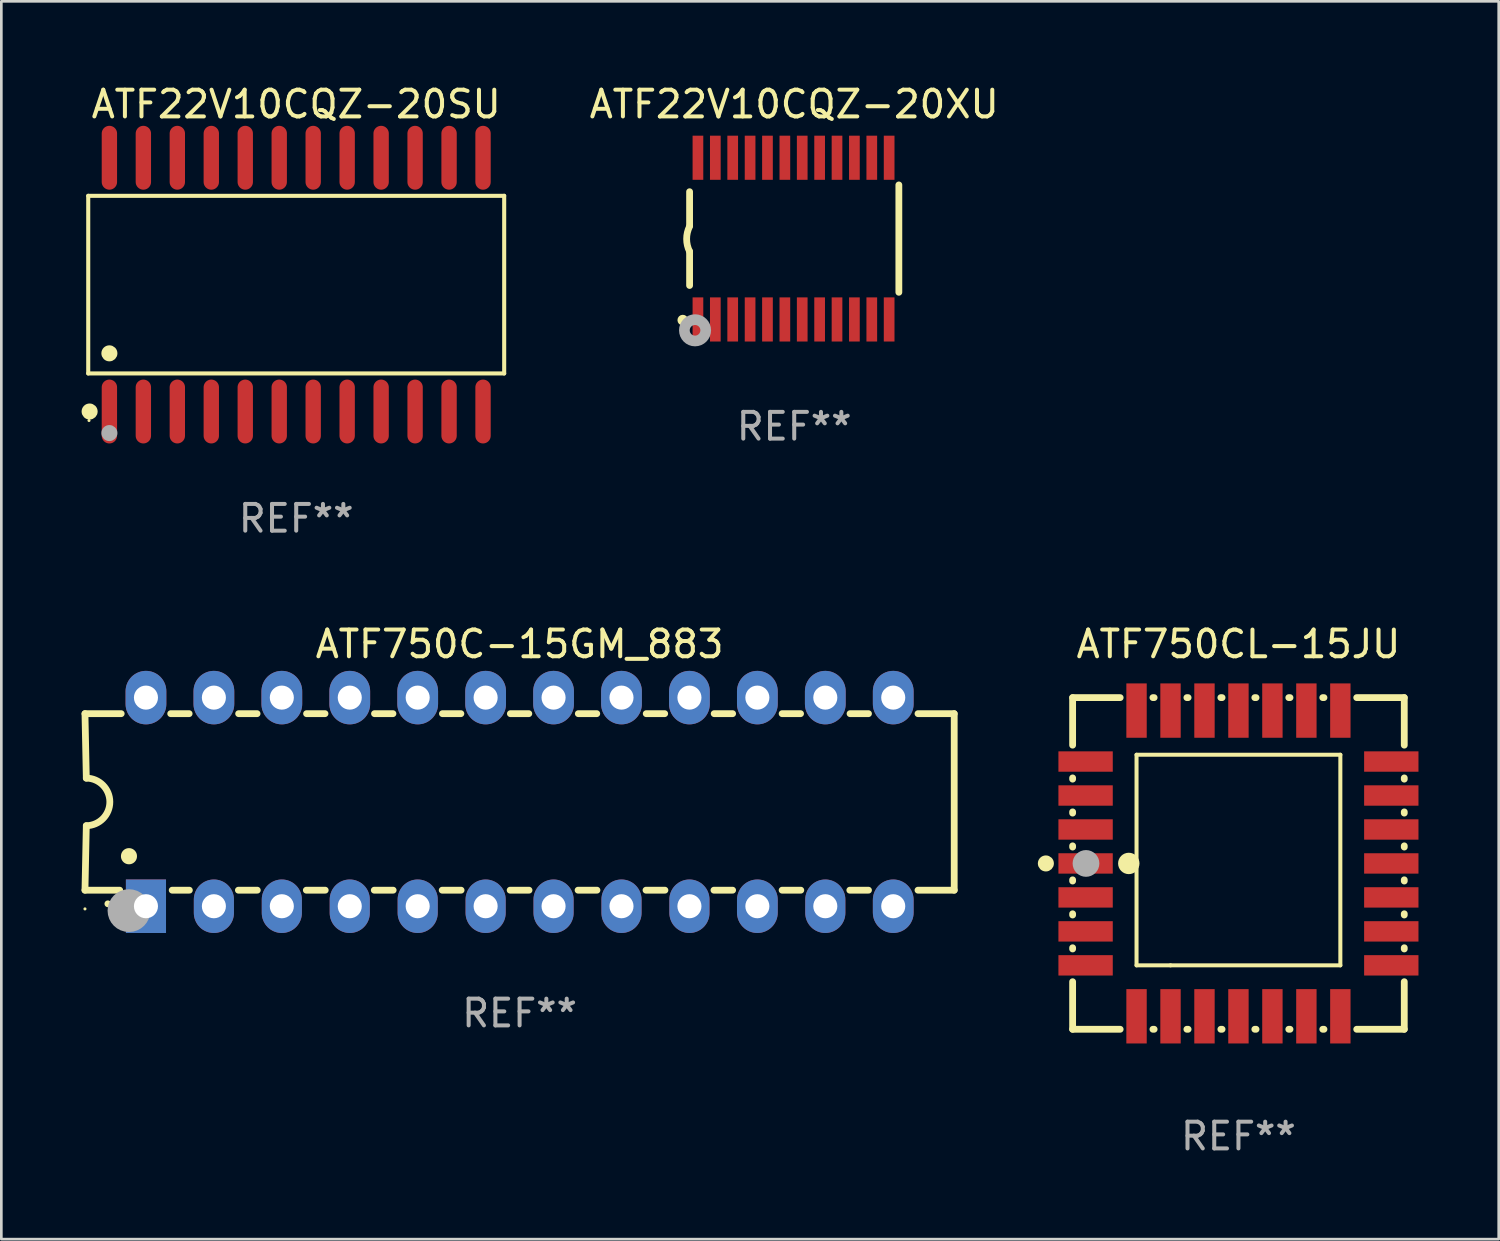
<source format=kicad_pcb>
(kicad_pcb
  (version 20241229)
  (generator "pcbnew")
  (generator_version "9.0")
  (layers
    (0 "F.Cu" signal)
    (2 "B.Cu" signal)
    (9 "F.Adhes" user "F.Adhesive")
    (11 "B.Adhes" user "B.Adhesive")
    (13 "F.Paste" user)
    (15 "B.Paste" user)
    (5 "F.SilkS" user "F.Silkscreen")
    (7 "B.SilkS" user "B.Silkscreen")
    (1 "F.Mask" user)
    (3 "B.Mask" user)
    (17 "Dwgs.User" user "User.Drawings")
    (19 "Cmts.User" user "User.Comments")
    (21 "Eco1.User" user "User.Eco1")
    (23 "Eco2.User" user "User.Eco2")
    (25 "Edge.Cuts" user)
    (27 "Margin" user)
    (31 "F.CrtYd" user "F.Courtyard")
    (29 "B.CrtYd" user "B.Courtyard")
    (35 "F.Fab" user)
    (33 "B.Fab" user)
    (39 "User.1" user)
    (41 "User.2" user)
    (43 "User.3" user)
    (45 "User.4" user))
  (footprint "ATF22V10CQZ-20SU"
    (layer "F.Cu")
    (at 8.025 7.592)
    (property "Reference" "ATF22V10CQZ-20SU" (at 0 -6.744 0) (layer "F.SilkS") (effects (font (size 1 1) (thickness 0.15))))
    (attr through_hole)
    (fp_line (start -7.776 -3.321) (end 7.776 -3.321) (stroke (width 0.152) (type solid)) (layer "F.SilkS"))
    (fp_line (start -7.776 3.321) (end -7.776 -3.321) (stroke (width 0.152) (type solid)) (layer "F.SilkS"))
    (fp_line (start 7.776 -3.321) (end 7.776 3.321) (stroke (width 0.152) (type solid)) (layer "F.SilkS"))
    (fp_line (start 7.776 3.321) (end -7.776 3.321) (stroke (width 0.152) (type solid)) (layer "F.SilkS"))
    (fp_circle (center -7.747 5.08) (end -7.717 5.08) (stroke (width 0.06) (type solid)) (fill no) (layer "F.SilkS"))
    (fp_circle (center -7.724 4.744) (end -7.574 4.744) (stroke (width 0.3) (type solid)) (fill no) (layer "F.SilkS"))
    (fp_circle (center -6.985 2.569) (end -6.835 2.569) (stroke (width 0.3) (type solid)) (fill no) (layer "F.SilkS"))
    (fp_circle (center -6.985 5.55) (end -6.835 5.55) (stroke (width 0.3) (type solid)) (fill no) (layer "F.Fab"))
    (fp_text user "REF**" (at 0 8.744 0) (layer "F.Fab") (effects (font (size 1 1) (thickness 0.15))))
    (pad "1" smd oval (at -6.985 4.744) (size 0.574 2.388) (layers "F.Cu" "F.Mask" "F.Paste"))
    (pad "2" smd oval (at -5.715 4.744) (size 0.574 2.388) (layers "F.Cu" "F.Mask" "F.Paste"))
    (pad "3" smd oval (at -4.445 4.744) (size 0.574 2.388) (layers "F.Cu" "F.Mask" "F.Paste"))
    (pad "4" smd oval (at -3.175 4.744) (size 0.574 2.388) (layers "F.Cu" "F.Mask" "F.Paste"))
    (pad "5" smd oval (at -1.905 4.744) (size 0.574 2.388) (layers "F.Cu" "F.Mask" "F.Paste"))
    (pad "6" smd oval (at -0.635 4.744) (size 0.574 2.388) (layers "F.Cu" "F.Mask" "F.Paste"))
    (pad "7" smd oval (at 0.635 4.744) (size 0.574 2.388) (layers "F.Cu" "F.Mask" "F.Paste"))
    (pad "8" smd oval (at 1.905 4.744) (size 0.574 2.388) (layers "F.Cu" "F.Mask" "F.Paste"))
    (pad "9" smd oval (at 3.175 4.744) (size 0.574 2.388) (layers "F.Cu" "F.Mask" "F.Paste"))
    (pad "10" smd oval (at 4.445 4.744) (size 0.574 2.388) (layers "F.Cu" "F.Mask" "F.Paste"))
    (pad "11" smd oval (at 5.715 4.744) (size 0.574 2.388) (layers "F.Cu" "F.Mask" "F.Paste"))
    (pad "12" smd oval (at 6.985 4.744) (size 0.574 2.388) (layers "F.Cu" "F.Mask" "F.Paste"))
    (pad "13" smd oval (at 6.985 -4.744) (size 0.574 2.388) (layers "F.Cu" "F.Mask" "F.Paste"))
    (pad "14" smd oval (at 5.715 -4.744) (size 0.574 2.388) (layers "F.Cu" "F.Mask" "F.Paste"))
    (pad "15" smd oval (at 4.445 -4.744) (size 0.574 2.388) (layers "F.Cu" "F.Mask" "F.Paste"))
    (pad "16" smd oval (at 3.175 -4.744) (size 0.574 2.388) (layers "F.Cu" "F.Mask" "F.Paste"))
    (pad "17" smd oval (at 1.905 -4.744) (size 0.574 2.388) (layers "F.Cu" "F.Mask" "F.Paste"))
    (pad "18" smd oval (at 0.635 -4.744) (size 0.574 2.388) (layers "F.Cu" "F.Mask" "F.Paste"))
    (pad "19" smd oval (at -0.635 -4.744) (size 0.574 2.388) (layers "F.Cu" "F.Mask" "F.Paste"))
    (pad "20" smd oval (at -1.905 -4.744) (size 0.574 2.388) (layers "F.Cu" "F.Mask" "F.Paste"))
    (pad "21" smd oval (at -3.175 -4.744) (size 0.574 2.388) (layers "F.Cu" "F.Mask" "F.Paste"))
    (pad "22" smd oval (at -4.445 -4.744) (size 0.574 2.388) (layers "F.Cu" "F.Mask" "F.Paste"))
    (pad "23" smd oval (at -5.715 -4.744) (size 0.574 2.388) (layers "F.Cu" "F.Mask" "F.Paste"))
    (pad "24" smd oval (at -6.985 -4.744) (size 0.574 2.388) (layers "F.Cu" "F.Mask" "F.Paste")))
  (footprint "ATF22V10CQZ-20XU"
    (layer "F.Cu")
    (at 26.645 5.871)
    (property "Reference" "ATF22V10CQZ-20XU" (at 0 -5.023 0) (layer "F.SilkS") (effects (font (size 1 1) (thickness 0.15))))
    (attr through_hole)
    (fp_line (start -3.912 -0.483) (end -3.912 -1.753) (stroke (width 0.254) (type solid)) (layer "F.SilkS"))
    (fp_line (start -3.912 1.753) (end -3.912 0.483) (stroke (width 0.254) (type solid)) (layer "F.SilkS"))
    (fp_line (start 3.912 -2.007) (end 3.912 2.007) (stroke (width 0.254) (type solid)) (layer "F.SilkS"))
    (fp_arc (start -3.911608 0.482601) (mid -4.022537 0.0127) (end -3.911608 -0.457201) (stroke (width 0.254001) (type solid)) (layer "F.SilkS"))
    (fp_circle (center -4.166 3.048) (end -4.066 3.048) (stroke (width 0.2) (type solid)) (fill no) (layer "F.SilkS"))
    (fp_circle (center -3.925 3.186) (end -3.895 3.186) (stroke (width 0.06) (type solid)) (fill no) (layer "F.SilkS"))
    (fp_circle (center -3.708 3.429) (end -3.509 3.429) (stroke (width 0.4) (type solid)) (fill no) (layer "F.Fab"))
    (fp_text user "REF**" (at 0 7.023 0) (layer "F.Fab") (effects (font (size 1 1) (thickness 0.15))))
    (pad "1" smd rect (at -3.6 3.023) (size 0.4 1.65) (layers "F.Cu" "F.Mask" "F.Paste"))
    (pad "2" smd rect (at -2.95 3.023) (size 0.4 1.65) (layers "F.Cu" "F.Mask" "F.Paste"))
    (pad "3" smd rect (at -2.3 3.023) (size 0.4 1.65) (layers "F.Cu" "F.Mask" "F.Paste"))
    (pad "4" smd rect (at -1.65 3.023) (size 0.4 1.65) (layers "F.Cu" "F.Mask" "F.Paste"))
    (pad "5" smd rect (at -1 3.023) (size 0.4 1.65) (layers "F.Cu" "F.Mask" "F.Paste"))
    (pad "6" smd rect (at -0.35 3.023) (size 0.4 1.65) (layers "F.Cu" "F.Mask" "F.Paste"))
    (pad "7" smd rect (at 0.299 3.023) (size 0.4 1.65) (layers "F.Cu" "F.Mask" "F.Paste"))
    (pad "8" smd rect (at 0.95 3.023) (size 0.4 1.65) (layers "F.Cu" "F.Mask" "F.Paste"))
    (pad "9" smd rect (at 1.6 3.023) (size 0.4 1.65) (layers "F.Cu" "F.Mask" "F.Paste"))
    (pad "10" smd rect (at 2.25 3.023) (size 0.4 1.65) (layers "F.Cu" "F.Mask" "F.Paste"))
    (pad "11" smd rect (at 2.9 3.023) (size 0.4 1.65) (layers "F.Cu" "F.Mask" "F.Paste"))
    (pad "12" smd rect (at 3.549 3.023) (size 0.4 1.65) (layers "F.Cu" "F.Mask" "F.Paste"))
    (pad "13" smd rect (at 3.549 -3.023) (size 0.4 1.65) (layers "F.Cu" "F.Mask" "F.Paste"))
    (pad "14" smd rect (at 2.9 -3.023) (size 0.4 1.65) (layers "F.Cu" "F.Mask" "F.Paste"))
    (pad "15" smd rect (at 2.25 -3.023) (size 0.4 1.65) (layers "F.Cu" "F.Mask" "F.Paste"))
    (pad "16" smd rect (at 1.6 -3.023) (size 0.4 1.65) (layers "F.Cu" "F.Mask" "F.Paste"))
    (pad "17" smd rect (at 0.95 -3.023) (size 0.4 1.65) (layers "F.Cu" "F.Mask" "F.Paste"))
    (pad "18" smd rect (at 0.299 -3.023) (size 0.4 1.65) (layers "F.Cu" "F.Mask" "F.Paste"))
    (pad "19" smd rect (at -0.35 -3.023) (size 0.4 1.65) (layers "F.Cu" "F.Mask" "F.Paste"))
    (pad "20" smd rect (at -1 -3.023) (size 0.4 1.65) (layers "F.Cu" "F.Mask" "F.Paste"))
    (pad "21" smd rect (at -1.65 -3.023) (size 0.4 1.65) (layers "F.Cu" "F.Mask" "F.Paste"))
    (pad "22" smd rect (at -2.3 -3.023) (size 0.4 1.65) (layers "F.Cu" "F.Mask" "F.Paste"))
    (pad "23" smd rect (at -2.95 -3.023) (size 0.4 1.65) (layers "F.Cu" "F.Mask" "F.Paste"))
    (pad "24" smd rect (at -3.6 -3.023) (size 0.4 1.65) (layers "F.Cu" "F.Mask" "F.Paste")))
  (footprint "ATF750CL-15JU"
    (layer "F.Cu")
    (at 43.254 29.233)
    (property "Reference" "ATF750CL-15JU" (at 0 -8.2 0) (layer "F.SilkS") (effects (font (size 1 1) (thickness 0.15))))
    (attr through_hole)
    (fp_line (start -6.2 -6.2) (end -4.422 -6.2) (stroke (width 0.254) (type solid)) (layer "F.SilkS"))
    (fp_line (start -6.2 -4.422) (end -6.2 -6.2) (stroke (width 0.254) (type solid)) (layer "F.SilkS"))
    (fp_line (start -6.2 -3.152) (end -6.2 -3.198) (stroke (width 0.254) (type solid)) (layer "F.SilkS"))
    (fp_line (start -6.2 -1.882) (end -6.2 -1.928) (stroke (width 0.254) (type solid)) (layer "F.SilkS"))
    (fp_line (start -6.2 -0.612) (end -6.2 -0.658) (stroke (width 0.254) (type solid)) (layer "F.SilkS"))
    (fp_line (start -6.2 0.658) (end -6.2 0.612) (stroke (width 0.254) (type solid)) (layer "F.SilkS"))
    (fp_line (start -6.2 1.928) (end -6.2 1.882) (stroke (width 0.254) (type solid)) (layer "F.SilkS"))
    (fp_line (start -6.2 3.198) (end -6.2 3.152) (stroke (width 0.254) (type solid)) (layer "F.SilkS"))
    (fp_line (start -6.2 6.2) (end -6.2 4.422) (stroke (width 0.254) (type solid)) (layer "F.SilkS"))
    (fp_line (start -4.422 6.2) (end -6.2 6.2) (stroke (width 0.254) (type solid)) (layer "F.SilkS"))
    (fp_line (start -3.81 -4.064) (end 3.81 -4.064) (stroke (width 0.15) (type solid)) (layer "F.SilkS"))
    (fp_line (start -3.81 3.81) (end -3.81 -4.064) (stroke (width 0.15) (type solid)) (layer "F.SilkS"))
    (fp_line (start -3.198 -6.2) (end -3.152 -6.2) (stroke (width 0.254) (type solid)) (layer "F.SilkS"))
    (fp_line (start -3.152 6.2) (end -3.198 6.2) (stroke (width 0.254) (type solid)) (layer "F.SilkS"))
    (fp_line (start -2.54 3.81) (end -3.81 3.81) (stroke (width 0.15) (type solid)) (layer "F.SilkS"))
    (fp_line (start -1.928 -6.2) (end -1.882 -6.2) (stroke (width 0.254) (type solid)) (layer "F.SilkS"))
    (fp_line (start -1.882 6.2) (end -1.928 6.2) (stroke (width 0.254) (type solid)) (layer "F.SilkS"))
    (fp_line (start -0.658 -6.2) (end -0.612 -6.2) (stroke (width 0.254) (type solid)) (layer "F.SilkS"))
    (fp_line (start -0.612 6.2) (end -0.658 6.2) (stroke (width 0.254) (type solid)) (layer "F.SilkS"))
    (fp_line (start 0.612 -6.2) (end 0.658 -6.2) (stroke (width 0.254) (type solid)) (layer "F.SilkS"))
    (fp_line (start 0.658 6.2) (end 0.612 6.2) (stroke (width 0.254) (type solid)) (layer "F.SilkS"))
    (fp_line (start 1.882 -6.2) (end 1.928 -6.2) (stroke (width 0.254) (type solid)) (layer "F.SilkS"))
    (fp_line (start 1.928 6.2) (end 1.882 6.2) (stroke (width 0.254) (type solid)) (layer "F.SilkS"))
    (fp_line (start 3.152 -6.2) (end 3.198 -6.2) (stroke (width 0.254) (type solid)) (layer "F.SilkS"))
    (fp_line (start 3.198 6.2) (end 3.152 6.2) (stroke (width 0.254) (type solid)) (layer "F.SilkS"))
    (fp_line (start 3.81 -4.064) (end 3.81 3.81) (stroke (width 0.15) (type solid)) (layer "F.SilkS"))
    (fp_line (start 3.81 3.81) (end -2.54 3.81) (stroke (width 0.15) (type solid)) (layer "F.SilkS"))
    (fp_line (start 4.422 -6.2) (end 6.2 -6.2) (stroke (width 0.254) (type solid)) (layer "F.SilkS"))
    (fp_line (start 6.2 -6.2) (end 6.2 -4.422) (stroke (width 0.254) (type solid)) (layer "F.SilkS"))
    (fp_line (start 6.2 -3.198) (end 6.2 -3.152) (stroke (width 0.254) (type solid)) (layer "F.SilkS"))
    (fp_line (start 6.2 -1.928) (end 6.2 -1.882) (stroke (width 0.254) (type solid)) (layer "F.SilkS"))
    (fp_line (start 6.2 -0.658) (end 6.2 -0.612) (stroke (width 0.254) (type solid)) (layer "F.SilkS"))
    (fp_line (start 6.2 0.612) (end 6.2 0.658) (stroke (width 0.254) (type solid)) (layer "F.SilkS"))
    (fp_line (start 6.2 1.882) (end 6.2 1.928) (stroke (width 0.254) (type solid)) (layer "F.SilkS"))
    (fp_line (start 6.2 3.152) (end 6.2 3.198) (stroke (width 0.254) (type solid)) (layer "F.SilkS"))
    (fp_line (start 6.2 4.422) (end 6.2 6.2) (stroke (width 0.254) (type solid)) (layer "F.SilkS"))
    (fp_line (start 6.2 6.2) (end 4.422 6.2) (stroke (width 0.254) (type solid)) (layer "F.SilkS"))
    (fp_circle (center -7.2 0) (end -7.05 0) (stroke (width 0.3) (type solid)) (fill no) (layer "F.SilkS"))
    (fp_circle (center -6.223 6.223) (end -6.193 6.223) (stroke (width 0.06) (type solid)) (fill no) (layer "F.SilkS"))
    (fp_circle (center -4.1 0) (end -3.9 0) (stroke (width 0.4) (type solid)) (fill no) (layer "F.SilkS"))
    (fp_circle (center -5.7 0) (end -5.45 0) (stroke (width 0.5) (type solid)) (fill no) (layer "F.Fab"))
    (fp_text user "REF**" (at 0 10.2 0) (layer "F.Fab") (effects (font (size 1 1) (thickness 0.15))))
    (pad "1" smd rect (at -5.715 0) (size 2.032 0.762) (layers "F.Cu" "F.Mask" "F.Paste"))
    (pad "2" smd rect (at -5.715 1.27) (size 2.032 0.762) (layers "F.Cu" "F.Mask" "F.Paste"))
    (pad "3" smd rect (at -5.715 2.54) (size 2.032 0.762) (layers "F.Cu" "F.Mask" "F.Paste"))
    (pad "4" smd rect (at -5.715 3.81) (size 2.032 0.762) (layers "F.Cu" "F.Mask" "F.Paste"))
    (pad "5" smd rect (at -3.81 5.715) (size 0.762 2.032) (layers "F.Cu" "F.Mask" "F.Paste"))
    (pad "6" smd rect (at -2.54 5.715) (size 0.762 2.032) (layers "F.Cu" "F.Mask" "F.Paste"))
    (pad "7" smd rect (at -1.27 5.715) (size 0.762 2.032) (layers "F.Cu" "F.Mask" "F.Paste"))
    (pad "8" smd rect (at 0 5.715) (size 0.762 2.032) (layers "F.Cu" "F.Mask" "F.Paste"))
    (pad "9" smd rect (at 1.27 5.715) (size 0.762 2.032) (layers "F.Cu" "F.Mask" "F.Paste"))
    (pad "10" smd rect (at 2.54 5.715) (size 0.762 2.032) (layers "F.Cu" "F.Mask" "F.Paste"))
    (pad "11" smd rect (at 3.81 5.715) (size 0.762 2.032) (layers "F.Cu" "F.Mask" "F.Paste"))
    (pad "12" smd rect (at 5.715 3.81) (size 2.032 0.762) (layers "F.Cu" "F.Mask" "F.Paste"))
    (pad "13" smd rect (at 5.715 2.54) (size 2.032 0.762) (layers "F.Cu" "F.Mask" "F.Paste"))
    (pad "14" smd rect (at 5.715 1.27) (size 2.032 0.762) (layers "F.Cu" "F.Mask" "F.Paste"))
    (pad "15" smd rect (at 5.715 0) (size 2.032 0.762) (layers "F.Cu" "F.Mask" "F.Paste"))
    (pad "16" smd rect (at 5.715 -1.27) (size 2.032 0.762) (layers "F.Cu" "F.Mask" "F.Paste"))
    (pad "17" smd rect (at 5.715 -2.54) (size 2.032 0.762) (layers "F.Cu" "F.Mask" "F.Paste"))
    (pad "18" smd rect (at 5.715 -3.81) (size 2.032 0.762) (layers "F.Cu" "F.Mask" "F.Paste"))
    (pad "19" smd rect (at 3.81 -5.715) (size 0.762 2.032) (layers "F.Cu" "F.Mask" "F.Paste"))
    (pad "20" smd rect (at 2.54 -5.715) (size 0.762 2.032) (layers "F.Cu" "F.Mask" "F.Paste"))
    (pad "21" smd rect (at 1.27 -5.715) (size 0.762 2.032) (layers "F.Cu" "F.Mask" "F.Paste"))
    (pad "22" smd rect (at 0 -5.715) (size 0.762 2.032) (layers "F.Cu" "F.Mask" "F.Paste"))
    (pad "23" smd rect (at -1.27 -5.715) (size 0.762 2.032) (layers "F.Cu" "F.Mask" "F.Paste"))
    (pad "24" smd rect (at -2.54 -5.715) (size 0.762 2.032) (layers "F.Cu" "F.Mask" "F.Paste"))
    (pad "25" smd rect (at -3.81 -5.715) (size 0.762 2.032) (layers "F.Cu" "F.Mask" "F.Paste"))
    (pad "26" smd rect (at -5.715 -3.81) (size 2.032 0.762) (layers "F.Cu" "F.Mask" "F.Paste"))
    (pad "27" smd rect (at -5.715 -2.54) (size 2.032 0.762) (layers "F.Cu" "F.Mask" "F.Paste"))
    (pad "28" smd rect (at -5.715 -1.27) (size 2.032 0.762) (layers "F.Cu" "F.Mask" "F.Paste")))
  (footprint "ATF750C-15GM_883"
    (layer "F.Cu")
    (at 16.377 26.933)
    (property "Reference" "ATF750C-15GM_883" (at 0 -5.9 0) (layer "F.SilkS") (effects (font (size 1 1) (thickness 0.15))))
    (attr through_hole)
    (fp_line (start -16.25 -3.3) (end -16.2 -0.889) (stroke (width 0.254) (type solid)) (layer "F.SilkS"))
    (fp_line (start -16.25 -3.3) (end -14.895 -3.3) (stroke (width 0.254) (type solid)) (layer "F.SilkS"))
    (fp_line (start -16.25 3.3) (end -16.2 0.889) (stroke (width 0.254) (type solid)) (layer "F.SilkS"))
    (fp_line (start -16.25 3.3) (end -14.951 3.3) (stroke (width 0.254) (type solid)) (layer "F.SilkS"))
    (fp_line (start -13.045 -3.3) (end -12.355 -3.3) (stroke (width 0.254) (type solid)) (layer "F.SilkS"))
    (fp_line (start -12.989 3.3) (end -12.347 3.3) (stroke (width 0.254) (type solid)) (layer "F.SilkS"))
    (fp_line (start -10.514 3.3) (end -9.807 3.3) (stroke (width 0.254) (type solid)) (layer "F.SilkS"))
    (fp_line (start -10.505 -3.3) (end -9.815 -3.3) (stroke (width 0.254) (type solid)) (layer "F.SilkS"))
    (fp_line (start -7.974 3.3) (end -7.267 3.3) (stroke (width 0.254) (type solid)) (layer "F.SilkS"))
    (fp_line (start -7.965 -3.3) (end -7.275 -3.3) (stroke (width 0.254) (type solid)) (layer "F.SilkS"))
    (fp_line (start -5.434 3.3) (end -4.727 3.3) (stroke (width 0.254) (type solid)) (layer "F.SilkS"))
    (fp_line (start -5.425 -3.3) (end -4.735 -3.3) (stroke (width 0.254) (type solid)) (layer "F.SilkS"))
    (fp_line (start -2.894 3.3) (end -2.187 3.3) (stroke (width 0.254) (type solid)) (layer "F.SilkS"))
    (fp_line (start -2.885 -3.3) (end -2.195 -3.3) (stroke (width 0.254) (type solid)) (layer "F.SilkS"))
    (fp_line (start -0.354 3.3) (end 0.353 3.3) (stroke (width 0.254) (type solid)) (layer "F.SilkS"))
    (fp_line (start -0.345 -3.3) (end 0.345 -3.3) (stroke (width 0.254) (type solid)) (layer "F.SilkS"))
    (fp_line (start 2.186 3.3) (end 2.893 3.3) (stroke (width 0.254) (type solid)) (layer "F.SilkS"))
    (fp_line (start 2.195 -3.3) (end 2.885 -3.3) (stroke (width 0.254) (type solid)) (layer "F.SilkS"))
    (fp_line (start 4.726 3.3) (end 5.434 3.3) (stroke (width 0.254) (type solid)) (layer "F.SilkS"))
    (fp_line (start 4.735 -3.3) (end 5.425 -3.3) (stroke (width 0.254) (type solid)) (layer "F.SilkS"))
    (fp_line (start 7.266 3.3) (end 7.965 3.3) (stroke (width 0.254) (type solid)) (layer "F.SilkS"))
    (fp_line (start 7.275 -3.3) (end 7.965 -3.3) (stroke (width 0.254) (type solid)) (layer "F.SilkS"))
    (fp_line (start 9.815 -3.3) (end 10.505 -3.3) (stroke (width 0.254) (type solid)) (layer "F.SilkS"))
    (fp_line (start 9.815 3.3) (end 10.514 3.3) (stroke (width 0.254) (type solid)) (layer "F.SilkS"))
    (fp_line (start 12.346 3.3) (end 13.045 3.3) (stroke (width 0.254) (type solid)) (layer "F.SilkS"))
    (fp_line (start 12.355 -3.3) (end 13.045 -3.3) (stroke (width 0.254) (type solid)) (layer "F.SilkS"))
    (fp_line (start 16.25 -3.3) (end 14.895 -3.3) (stroke (width 0.254) (type solid)) (layer "F.SilkS"))
    (fp_line (start 16.25 -3.3) (end 16.25 3.3) (stroke (width 0.254) (type solid)) (layer "F.SilkS"))
    (fp_line (start 16.25 3.3) (end 14.895 3.3) (stroke (width 0.254) (type solid)) (layer "F.SilkS"))
    (fp_arc (start -16.201016 -0.890146) (mid -15.311429 -0.001055) (end -16.200025 0.889027) (stroke (width 0.254001) (type solid)) (layer "F.SilkS"))
    (fp_arc (start -15.394971 3.810033) (mid -15.394978 3.808763) (end -15.394971 3.807493) (stroke (width 0.25) (type solid)) (layer "F.SilkS"))
    (fp_arc (start -14.605029 2.032029) (mid -14.60504 2.029489) (end -14.605029 2.026949) (stroke (width 0.6) (type solid)) (layer "F.SilkS"))
    (fp_circle (center -16.25 4) (end -16.22 4) (stroke (width 0.06) (type solid)) (fill no) (layer "F.SilkS"))
    (fp_circle (center -14.605 4.064) (end -14.205 4.064) (stroke (width 0.8) (type solid)) (fill no) (layer "F.Fab"))
    (fp_text user "REF**" (at 0 7.9 0) (layer "F.Fab") (effects (font (size 1 1) (thickness 0.15))))
    (pad "1" thru_hole rect (at -13.97 3.9 90) (size 2 1.5) (drill 0.9) (layers "*.Cu" "*.Mask"))
    (pad "2" thru_hole oval (at -11.43 3.9 90) (size 2 1.5) (drill 0.9) (layers "*.Cu" "*.Mask"))
    (pad "3" thru_hole oval (at -8.89 3.9 90) (size 2 1.5) (drill 0.9) (layers "*.Cu" "*.Mask"))
    (pad "4" thru_hole oval (at -6.35 3.9 90) (size 2 1.5) (drill 0.9) (layers "*.Cu" "*.Mask"))
    (pad "5" thru_hole oval (at -3.81 3.9 90) (size 2 1.5) (drill 0.9) (layers "*.Cu" "*.Mask"))
    (pad "6" thru_hole oval (at -1.27 3.9 90) (size 2 1.5) (drill 0.9) (layers "*.Cu" "*.Mask"))
    (pad "7" thru_hole oval (at 1.27 3.9 90) (size 2 1.5) (drill 0.9) (layers "*.Cu" "*.Mask"))
    (pad "8" thru_hole oval (at 3.81 3.9 90) (size 2 1.5) (drill 0.9) (layers "*.Cu" "*.Mask"))
    (pad "9" thru_hole oval (at 6.35 3.9 90) (size 2 1.5) (drill 0.9) (layers "*.Cu" "*.Mask"))
    (pad "10" thru_hole oval (at 8.89 3.9 90) (size 2 1.524) (drill 0.9) (layers "*.Cu" "*.Mask"))
    (pad "11" thru_hole oval (at 11.43 3.9 90) (size 2 1.5) (drill 0.9) (layers "*.Cu" "*.Mask"))
    (pad "12" thru_hole oval (at 13.97 3.9 90) (size 2 1.524) (drill 0.9) (layers "*.Cu" "*.Mask"))
    (pad "13" thru_hole oval (at 13.97 -3.9 90) (size 2 1.524) (drill 0.9) (layers "*.Cu" "*.Mask"))
    (pad "14" thru_hole oval (at 11.43 -3.9 90) (size 2 1.524) (drill 0.9) (layers "*.Cu" "*.Mask"))
    (pad "15" thru_hole oval (at 8.89 -3.9 90) (size 2 1.524) (drill 0.9) (layers "*.Cu" "*.Mask"))
    (pad "16" thru_hole oval (at 6.35 -3.9 90) (size 2 1.524) (drill 0.9) (layers "*.Cu" "*.Mask"))
    (pad "17" thru_hole oval (at 3.81 -3.9 90) (size 2 1.524) (drill 0.9) (layers "*.Cu" "*.Mask"))
    (pad "18" thru_hole oval (at 1.27 -3.9 90) (size 2 1.524) (drill 0.9) (layers "*.Cu" "*.Mask"))
    (pad "19" thru_hole oval (at -1.27 -3.9 90) (size 2 1.524) (drill 0.9) (layers "*.Cu" "*.Mask"))
    (pad "20" thru_hole oval (at -3.81 -3.9 90) (size 2 1.524) (drill 0.9) (layers "*.Cu" "*.Mask"))
    (pad "21" thru_hole oval (at -6.35 -3.9 90) (size 2 1.524) (drill 0.9) (layers "*.Cu" "*.Mask"))
    (pad "22" thru_hole oval (at -8.89 -3.9 90) (size 2 1.524) (drill 0.9) (layers "*.Cu" "*.Mask"))
    (pad "23" thru_hole oval (at -11.43 -3.9 90) (size 2 1.524) (drill 0.9) (layers "*.Cu" "*.Mask"))
    (pad "24" thru_hole oval (at -13.97 -3.9 90) (size 2 1.524) (drill 0.9) (layers "*.Cu" "*.Mask")))
  (gr_rect
    (start -3 -3)
    (end 52.985 43.281)
    (stroke (width 0.1) (type default))
    (fill no)
    (layer "Edge.Cuts")))
</source>
